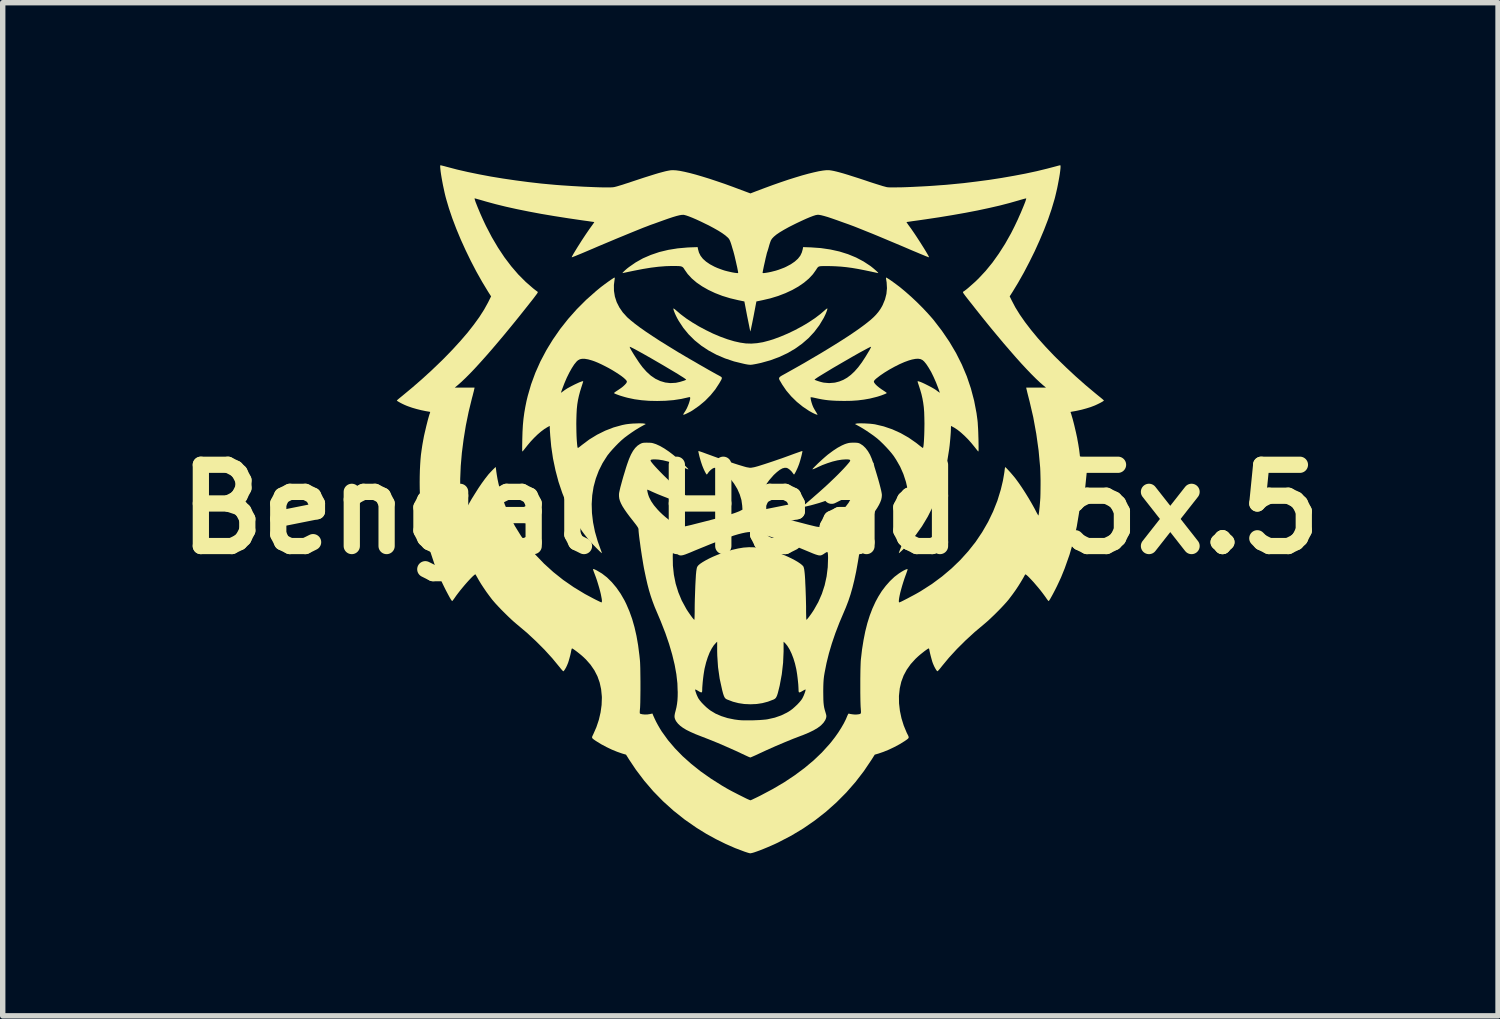
<source format=kicad_pcb>
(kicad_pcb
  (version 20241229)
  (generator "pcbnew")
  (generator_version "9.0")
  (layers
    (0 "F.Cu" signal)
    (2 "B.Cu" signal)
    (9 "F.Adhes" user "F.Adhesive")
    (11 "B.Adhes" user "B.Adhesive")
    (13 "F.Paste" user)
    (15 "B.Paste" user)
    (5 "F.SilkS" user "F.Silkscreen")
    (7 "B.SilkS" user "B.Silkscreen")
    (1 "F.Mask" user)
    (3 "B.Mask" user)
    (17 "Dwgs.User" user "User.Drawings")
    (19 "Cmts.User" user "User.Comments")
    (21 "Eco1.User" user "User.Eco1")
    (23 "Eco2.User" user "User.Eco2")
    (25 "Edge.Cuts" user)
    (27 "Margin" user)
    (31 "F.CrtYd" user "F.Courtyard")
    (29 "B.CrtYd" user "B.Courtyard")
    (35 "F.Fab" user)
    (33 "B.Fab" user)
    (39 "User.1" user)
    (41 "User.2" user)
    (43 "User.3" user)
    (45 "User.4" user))
  (footprint "Bengal Head .5x.5"
    (layer "F.Cu")
    (at 10.8 6.35)
    (property "Reference" "Bengal Head .5x.5" (at 0 0 0) (layer "F.SilkS") (effects (font (size 1.5 1.5) (thickness 0.3))))
    (attr board_only exclude_from_pos_files exclude_from_bom)
    (fp_poly (pts (xy 1.421 -3.696) (xy 1.415 -3.673) (xy 1.404 -3.642) (xy 1.389 -3.605) (xy 1.37 -3.565) (xy 1.352 -3.529) (xy 1.272 -3.396) (xy 1.179 -3.273) (xy 1.073 -3.159) (xy 0.954 -3.056) (xy 0.824 -2.963) (xy 0.683 -2.881) (xy 0.531 -2.81) (xy 0.369 -2.75) (xy 0.197 -2.702) (xy 0.119 -2.685) (xy 0.071 -2.676) (xy 0.036 -2.67) (xy 0.006 -2.667) (xy -0.022 -2.668) (xy -0.053 -2.672) (xy -0.092 -2.679) (xy -0.124 -2.686) (xy -0.301 -2.729) (xy -0.468 -2.785) (xy -0.625 -2.852) (xy -0.77 -2.93) (xy -0.905 -3.019) (xy -1.028 -3.118) (xy -1.139 -3.228) (xy -1.237 -3.347) (xy -1.322 -3.476) (xy -1.352 -3.529) (xy -1.372 -3.569) (xy -1.39 -3.608) (xy -1.405 -3.645) (xy -1.416 -3.676) (xy -1.421 -3.697) (xy -1.421 -3.707) (xy -1.413 -3.704) (xy -1.396 -3.693) (xy -1.376 -3.676) (xy -1.287 -3.6) (xy -1.185 -3.523) (xy -1.071 -3.448) (xy -0.949 -3.375) (xy -0.821 -3.307) (xy -0.69 -3.243) (xy -0.558 -3.187) (xy -0.429 -3.14) (xy -0.42 -3.137) (xy -0.3 -3.101) (xy -0.188 -3.076) (xy -0.083 -3.061) (xy 0.02 -3.058) (xy 0.124 -3.066) (xy 0.232 -3.084) (xy 0.346 -3.114) (xy 0.424 -3.138) (xy 0.556 -3.187) (xy 0.691 -3.244) (xy 0.824 -3.308) (xy 0.953 -3.377) (xy 1.077 -3.451) (xy 1.191 -3.527) (xy 1.294 -3.605) (xy 1.376 -3.676) (xy 1.397 -3.694) (xy 1.413 -3.705) (xy 1.421 -3.707)) (stroke (width 0) (type solid)) (fill yes) (layer "F.SilkS"))
    (fp_poly (pts (xy -2.503 -4.27) (xy -2.505 -4.251) (xy -2.505 -4.25) (xy -2.519 -4.14) (xy -2.518 -4.032) (xy -2.501 -3.926) (xy -2.468 -3.824) (xy -2.419 -3.727) (xy -2.356 -3.635) (xy -2.277 -3.548) (xy -2.269 -3.54) (xy -2.206 -3.485) (xy -2.129 -3.423) (xy -2.037 -3.354) (xy -1.93 -3.279) (xy -1.809 -3.198) (xy -1.674 -3.11) (xy -1.524 -3.017) (xy -1.361 -2.917) (xy -1.322 -2.893) (xy -1.26 -2.857) (xy -1.188 -2.814) (xy -1.109 -2.768) (xy -1.025 -2.72) (xy -0.94 -2.67) (xy -0.855 -2.622) (xy -0.774 -2.575) (xy -0.699 -2.533) (xy -0.633 -2.496) (xy -0.582 -2.469) (xy -0.555 -2.454) (xy -0.537 -2.442) (xy -0.528 -2.431) (xy -0.527 -2.416) (xy -0.534 -2.396) (xy -0.55 -2.367) (xy -0.573 -2.327) (xy -0.573 -2.327) (xy -0.647 -2.213) (xy -0.735 -2.105) (xy -0.835 -2.003) (xy -0.945 -1.911) (xy -1.062 -1.829) (xy -1.085 -1.815) (xy -1.126 -1.792) (xy -1.164 -1.773) (xy -1.197 -1.757) (xy -1.222 -1.748) (xy -1.237 -1.745) (xy -1.239 -1.746) (xy -1.238 -1.755) (xy -1.228 -1.771) (xy -1.224 -1.778) (xy -1.199 -1.816) (xy -1.174 -1.861) (xy -1.152 -1.911) (xy -1.133 -1.96) (xy -1.119 -2.006) (xy -1.111 -2.043) (xy -1.111 -2.054) (xy -1.113 -2.068) (xy -1.122 -2.071) (xy -1.133 -2.069) (xy -1.275 -2.037) (xy -1.418 -2.015) (xy -1.566 -2.003) (xy -1.72 -1.999) (xy -1.869 -2.002) (xy -2.008 -2.013) (xy -2.139 -2.031) (xy -2.266 -2.058) (xy -2.312 -2.07) (xy -2.353 -2.082) (xy -2.396 -2.095) (xy -2.436 -2.109) (xy -2.471 -2.122) (xy -2.498 -2.133) (xy -2.514 -2.142) (xy -2.518 -2.146) (xy -2.511 -2.152) (xy -2.494 -2.166) (xy -2.468 -2.184) (xy -2.443 -2.2) (xy -2.393 -2.234) (xy -2.35 -2.267) (xy -2.316 -2.299) (xy -2.292 -2.326) (xy -2.28 -2.349) (xy -2.279 -2.355) (xy -2.286 -2.374) (xy -2.307 -2.398) (xy -2.339 -2.427) (xy -2.381 -2.46) (xy -2.432 -2.495) (xy -2.489 -2.532) (xy -2.551 -2.57) (xy -2.616 -2.607) (xy -2.683 -2.642) (xy -2.749 -2.675) (xy -2.814 -2.705) (xy -2.875 -2.73) (xy -2.924 -2.747) (xy -2.995 -2.767) (xy -3.055 -2.777) (xy -3.105 -2.778) (xy -3.147 -2.769) (xy -3.182 -2.75) (xy -3.207 -2.728) (xy -3.252 -2.673) (xy -3.297 -2.603) (xy -3.343 -2.521) (xy -3.389 -2.428) (xy -3.433 -2.325) (xy -3.469 -2.231) (xy -3.481 -2.198) (xy -3.49 -2.172) (xy -3.496 -2.155) (xy -3.497 -2.151) (xy -3.491 -2.154) (xy -3.475 -2.165) (xy -3.451 -2.182) (xy -3.437 -2.193) (xy -3.409 -2.212) (xy -3.373 -2.235) (xy -3.331 -2.258) (xy -3.287 -2.281) (xy -3.242 -2.304) (xy -3.199 -2.324) (xy -3.16 -2.342) (xy -3.126 -2.355) (xy -3.102 -2.363) (xy -3.088 -2.364) (xy -3.086 -2.361) (xy -3.088 -2.351) (xy -3.095 -2.329) (xy -3.105 -2.297) (xy -3.117 -2.26) (xy -3.118 -2.257) (xy -3.144 -2.173) (xy -3.165 -2.094) (xy -3.182 -2.016) (xy -3.195 -1.936) (xy -3.204 -1.85) (xy -3.209 -1.756) (xy -3.212 -1.652) (xy -3.213 -1.579) (xy -3.212 -1.506) (xy -3.211 -1.434) (xy -3.209 -1.366) (xy -3.206 -1.302) (xy -3.202 -1.246) (xy -3.198 -1.199) (xy -3.194 -1.163) (xy -3.189 -1.14) (xy -3.185 -1.132) (xy -3.177 -1.135) (xy -3.159 -1.147) (xy -3.135 -1.166) (xy -3.11 -1.186) (xy -2.974 -1.288) (xy -2.83 -1.376) (xy -2.679 -1.451) (xy -2.524 -1.511) (xy -2.365 -1.555) (xy -2.3 -1.568) (xy -2.264 -1.573) (xy -2.22 -1.578) (xy -2.17 -1.582) (xy -2.118 -1.584) (xy -2.067 -1.586) (xy -2.022 -1.586) (xy -1.986 -1.585) (xy -1.961 -1.582) (xy -1.959 -1.582) (xy -1.93 -1.574) (xy -2.003 -1.534) (xy -2.061 -1.501) (xy -2.126 -1.461) (xy -2.193 -1.416) (xy -2.258 -1.37) (xy -2.316 -1.327) (xy -2.333 -1.313) (xy -2.381 -1.272) (xy -2.434 -1.222) (xy -2.489 -1.166) (xy -2.543 -1.108) (xy -2.592 -1.052) (xy -2.632 -1.002) (xy -2.643 -0.987) (xy -2.728 -0.853) (xy -2.798 -0.713) (xy -2.853 -0.567) (xy -2.894 -0.415) (xy -2.919 -0.258) (xy -2.929 -0.096) (xy -2.924 0.07) (xy -2.904 0.24) (xy -2.869 0.414) (xy -2.818 0.59) (xy -2.771 0.722) (xy -2.758 0.757) (xy -2.748 0.785) (xy -2.742 0.804) (xy -2.742 0.81) (xy -2.748 0.806) (xy -2.764 0.792) (xy -2.788 0.769) (xy -2.817 0.74) (xy -2.844 0.713) (xy -2.9 0.656) (xy -2.947 0.605) (xy -2.989 0.557) (xy -3.029 0.507) (xy -3.072 0.451) (xy -3.096 0.419) (xy -3.205 0.256) (xy -3.304 0.081) (xy -3.394 -0.105) (xy -3.472 -0.301) (xy -3.541 -0.506) (xy -3.597 -0.718) (xy -3.643 -0.937) (xy -3.676 -1.16) (xy -3.694 -1.357) (xy -3.697 -1.403) (xy -3.7 -1.445) (xy -3.702 -1.48) (xy -3.702 -1.503) (xy -3.703 -1.508) (xy -3.703 -1.539) (xy -3.751 -1.513) (xy -3.804 -1.48) (xy -3.864 -1.435) (xy -3.927 -1.381) (xy -3.991 -1.319) (xy -4.054 -1.252) (xy -4.113 -1.182) (xy -4.135 -1.154) (xy -4.159 -1.124) (xy -4.18 -1.097) (xy -4.196 -1.078) (xy -4.203 -1.069) (xy -4.206 -1.067) (xy -4.209 -1.071) (xy -4.211 -1.081) (xy -4.212 -1.099) (xy -4.212 -1.128) (xy -4.212 -1.168) (xy -4.211 -1.222) (xy -4.21 -1.29) (xy -4.21 -1.291) (xy -4.206 -1.428) (xy -4.199 -1.553) (xy -4.188 -1.669) (xy -4.173 -1.78) (xy -4.154 -1.89) (xy -4.131 -2.003) (xy -4.109 -2.093) (xy -4.047 -2.307) (xy -3.969 -2.519) (xy -3.876 -2.728) (xy -3.768 -2.932) (xy -3.728 -2.999) (xy -2.227 -2.999) (xy -2.226 -2.99) (xy -2.217 -2.969) (xy -2.2 -2.938) (xy -2.178 -2.901) (xy -2.152 -2.858) (xy -2.122 -2.811) (xy -2.091 -2.764) (xy -2.06 -2.717) (xy -2.029 -2.673) (xy -2 -2.635) (xy -1.995 -2.627) (xy -1.918 -2.54) (xy -1.838 -2.467) (xy -1.753 -2.409) (xy -1.664 -2.367) (xy -1.572 -2.34) (xy -1.478 -2.329) (xy -1.382 -2.334) (xy -1.368 -2.336) (xy -1.336 -2.343) (xy -1.3 -2.351) (xy -1.264 -2.362) (xy -1.231 -2.372) (xy -1.204 -2.382) (xy -1.188 -2.39) (xy -1.185 -2.393) (xy -1.192 -2.4) (xy -1.212 -2.415) (xy -1.243 -2.436) (xy -1.285 -2.462) (xy -1.335 -2.494) (xy -1.393 -2.529) (xy -1.457 -2.567) (xy -1.526 -2.608) (xy -1.598 -2.651) (xy -1.672 -2.694) (xy -1.746 -2.737) (xy -1.82 -2.78) (xy -1.892 -2.821) (xy -1.961 -2.86) (xy -2.024 -2.895) (xy -2.082 -2.927) (xy -2.131 -2.954) (xy -2.172 -2.975) (xy -2.203 -2.99) (xy -2.222 -2.998) (xy -2.227 -2.999) (xy -3.728 -2.999) (xy -3.646 -3.132) (xy -3.511 -3.327) (xy -3.363 -3.514) (xy -3.203 -3.694) (xy -3.031 -3.866) (xy -2.848 -4.028) (xy -2.773 -4.09) (xy -2.737 -4.118) (xy -2.697 -4.148) (xy -2.656 -4.178) (xy -2.616 -4.207) (xy -2.579 -4.233) (xy -2.547 -4.254) (xy -2.523 -4.27) (xy -2.509 -4.277) (xy -2.508 -4.277)) (stroke (width 0) (type solid)) (fill yes) (layer "F.SilkS"))
    (fp_poly (pts (xy 2.518 -4.272) (xy 2.539 -4.259) (xy 2.569 -4.24) (xy 2.605 -4.215) (xy 2.644 -4.187) (xy 2.685 -4.157) (xy 2.726 -4.126) (xy 2.763 -4.098) (xy 2.773 -4.09) (xy 2.872 -4.007) (xy 2.976 -3.915) (xy 3.08 -3.817) (xy 3.18 -3.717) (xy 3.274 -3.617) (xy 3.359 -3.521) (xy 3.38 -3.496) (xy 3.534 -3.296) (xy 3.673 -3.092) (xy 3.796 -2.884) (xy 3.903 -2.671) (xy 3.995 -2.453) (xy 4.07 -2.231) (xy 4.13 -2.004) (xy 4.174 -1.774) (xy 4.192 -1.641) (xy 4.196 -1.601) (xy 4.199 -1.548) (xy 4.203 -1.486) (xy 4.206 -1.419) (xy 4.208 -1.349) (xy 4.21 -1.291) (xy 4.211 -1.223) (xy 4.212 -1.169) (xy 4.212 -1.129) (xy 4.212 -1.1) (xy 4.211 -1.081) (xy 4.209 -1.071) (xy 4.206 -1.067) (xy 4.203 -1.069) (xy 4.203 -1.069) (xy 4.193 -1.081) (xy 4.176 -1.102) (xy 4.154 -1.13) (xy 4.135 -1.154) (xy 4.077 -1.225) (xy 4.016 -1.293) (xy 3.952 -1.357) (xy 3.888 -1.415) (xy 3.827 -1.464) (xy 3.771 -1.502) (xy 3.751 -1.513) (xy 3.703 -1.539) (xy 3.702 -1.512) (xy 3.701 -1.475) (xy 3.699 -1.426) (xy 3.695 -1.369) (xy 3.69 -1.306) (xy 3.684 -1.242) (xy 3.678 -1.181) (xy 3.671 -1.126) (xy 3.669 -1.11) (xy 3.633 -0.883) (xy 3.584 -0.662) (xy 3.523 -0.449) (xy 3.451 -0.244) (xy 3.367 -0.048) (xy 3.273 0.138) (xy 3.168 0.313) (xy 3.052 0.476) (xy 2.961 0.588) (xy 2.93 0.623) (xy 2.896 0.66) (xy 2.861 0.697) (xy 2.828 0.731) (xy 2.798 0.761) (xy 2.772 0.785) (xy 2.753 0.802) (xy 2.742 0.809) (xy 2.74 0.809) (xy 2.743 0.796) (xy 2.751 0.775) (xy 2.757 0.759) (xy 2.788 0.68) (xy 2.819 0.588) (xy 2.848 0.49) (xy 2.874 0.388) (xy 2.896 0.289) (xy 2.91 0.21) (xy 2.917 0.146) (xy 2.922 0.071) (xy 2.925 -0.01) (xy 2.925 -0.094) (xy 2.923 -0.177) (xy 2.918 -0.253) (xy 2.911 -0.32) (xy 2.906 -0.354) (xy 2.871 -0.507) (xy 2.824 -0.651) (xy 2.764 -0.787) (xy 2.69 -0.916) (xy 2.643 -0.987) (xy 2.606 -1.035) (xy 2.56 -1.089) (xy 2.507 -1.147) (xy 2.452 -1.204) (xy 2.398 -1.256) (xy 2.348 -1.301) (xy 2.333 -1.313) (xy 2.279 -1.355) (xy 2.215 -1.4) (xy 2.148 -1.446) (xy 2.082 -1.488) (xy 2.021 -1.524) (xy 2.003 -1.534) (xy 1.93 -1.574) (xy 1.959 -1.582) (xy 1.98 -1.585) (xy 2.015 -1.586) (xy 2.059 -1.586) (xy 2.108 -1.585) (xy 2.16 -1.582) (xy 2.211 -1.579) (xy 2.257 -1.574) (xy 2.294 -1.569) (xy 2.3 -1.568) (xy 2.461 -1.53) (xy 2.619 -1.476) (xy 2.772 -1.407) (xy 2.92 -1.323) (xy 3.061 -1.225) (xy 3.11 -1.186) (xy 3.139 -1.163) (xy 3.163 -1.145) (xy 3.179 -1.134) (xy 3.185 -1.132) (xy 3.19 -1.142) (xy 3.195 -1.168) (xy 3.199 -1.206) (xy 3.203 -1.255) (xy 3.206 -1.312) (xy 3.209 -1.376) (xy 3.211 -1.445) (xy 3.212 -1.518) (xy 3.213 -1.579) (xy 3.211 -1.693) (xy 3.208 -1.793) (xy 3.201 -1.883) (xy 3.19 -1.966) (xy 3.176 -2.045) (xy 3.158 -2.124) (xy 3.135 -2.204) (xy 3.118 -2.257) (xy 3.106 -2.294) (xy 3.095 -2.327) (xy 3.088 -2.35) (xy 3.086 -2.361) (xy 3.086 -2.361) (xy 3.092 -2.364) (xy 3.111 -2.36) (xy 3.14 -2.35) (xy 3.176 -2.335) (xy 3.217 -2.316) (xy 3.261 -2.294) (xy 3.306 -2.271) (xy 3.349 -2.248) (xy 3.389 -2.225) (xy 3.422 -2.204) (xy 3.437 -2.193) (xy 3.463 -2.173) (xy 3.484 -2.159) (xy 3.495 -2.151) (xy 3.497 -2.151) (xy 3.494 -2.16) (xy 3.487 -2.18) (xy 3.477 -2.209) (xy 3.469 -2.231) (xy 3.427 -2.34) (xy 3.382 -2.442) (xy 3.337 -2.534) (xy 3.29 -2.614) (xy 3.245 -2.682) (xy 3.207 -2.728) (xy 3.176 -2.755) (xy 3.14 -2.772) (xy 3.096 -2.779) (xy 3.045 -2.776) (xy 2.983 -2.764) (xy 2.924 -2.747) (xy 2.842 -2.717) (xy 2.753 -2.678) (xy 2.66 -2.631) (xy 2.566 -2.579) (xy 2.476 -2.524) (xy 2.394 -2.468) (xy 2.323 -2.413) (xy 2.322 -2.412) (xy 2.296 -2.388) (xy 2.282 -2.368) (xy 2.279 -2.355) (xy 2.286 -2.336) (xy 2.306 -2.31) (xy 2.336 -2.28) (xy 2.376 -2.247) (xy 2.423 -2.213) (xy 2.443 -2.2) (xy 2.473 -2.18) (xy 2.498 -2.163) (xy 2.513 -2.151) (xy 2.518 -2.146) (xy 2.51 -2.14) (xy 2.49 -2.13) (xy 2.46 -2.118) (xy 2.423 -2.104) (xy 2.382 -2.09) (xy 2.339 -2.077) (xy 2.312 -2.07) (xy 2.203 -2.043) (xy 2.094 -2.024) (xy 1.982 -2.01) (xy 1.863 -2.002) (xy 1.734 -2) (xy 1.659 -2.001) (xy 1.576 -2.003) (xy 1.505 -2.007) (xy 1.442 -2.012) (xy 1.383 -2.019) (xy 1.325 -2.028) (xy 1.262 -2.04) (xy 1.207 -2.052) (xy 1.171 -2.06) (xy 1.14 -2.066) (xy 1.119 -2.068) (xy 1.112 -2.068) (xy 1.111 -2.058) (xy 1.114 -2.035) (xy 1.12 -2.005) (xy 1.129 -1.971) (xy 1.14 -1.937) (xy 1.149 -1.912) (xy 1.164 -1.878) (xy 1.185 -1.84) (xy 1.206 -1.805) (xy 1.222 -1.779) (xy 1.234 -1.758) (xy 1.239 -1.747) (xy 1.239 -1.745) (xy 1.228 -1.746) (xy 1.207 -1.753) (xy 1.177 -1.766) (xy 1.141 -1.784) (xy 1.103 -1.805) (xy 1.085 -1.815) (xy 0.967 -1.894) (xy 0.856 -1.984) (xy 0.754 -2.084) (xy 0.663 -2.191) (xy 0.586 -2.304) (xy 0.573 -2.327) (xy 0.554 -2.359) (xy 0.539 -2.384) (xy 0.535 -2.393) (xy 1.185 -2.393) (xy 1.192 -2.387) (xy 1.212 -2.379) (xy 1.24 -2.369) (xy 1.274 -2.358) (xy 1.309 -2.348) (xy 1.342 -2.34) (xy 1.361 -2.337) (xy 1.452 -2.329) (xy 1.544 -2.336) (xy 1.565 -2.339) (xy 1.642 -2.359) (xy 1.716 -2.389) (xy 1.786 -2.429) (xy 1.855 -2.481) (xy 1.922 -2.544) (xy 1.99 -2.621) (xy 2.058 -2.712) (xy 2.127 -2.818) (xy 2.18 -2.906) (xy 2.2 -2.94) (xy 2.215 -2.969) (xy 2.225 -2.989) (xy 2.228 -2.999) (xy 2.227 -2.999) (xy 2.218 -2.997) (xy 2.197 -2.988) (xy 2.164 -2.971) (xy 2.121 -2.948) (xy 2.069 -2.92) (xy 2.01 -2.888) (xy 1.945 -2.851) (xy 1.876 -2.812) (xy 1.804 -2.77) (xy 1.729 -2.727) (xy 1.655 -2.684) (xy 1.581 -2.641) (xy 1.509 -2.599) (xy 1.442 -2.558) (xy 1.379 -2.52) (xy 1.323 -2.486) (xy 1.274 -2.456) (xy 1.235 -2.431) (xy 1.206 -2.411) (xy 1.189 -2.398) (xy 1.185 -2.393) (xy 0.535 -2.393) (xy 0.531 -2.404) (xy 0.529 -2.42) (xy 0.536 -2.434) (xy 0.551 -2.449) (xy 0.577 -2.466) (xy 0.615 -2.487) (xy 0.664 -2.514) (xy 0.685 -2.526) (xy 0.842 -2.614) (xy 0.997 -2.702) (xy 1.148 -2.791) (xy 1.295 -2.877) (xy 1.435 -2.962) (xy 1.568 -3.044) (xy 1.692 -3.122) (xy 1.805 -3.195) (xy 1.906 -3.263) (xy 1.986 -3.318) (xy 2.077 -3.384) (xy 2.154 -3.443) (xy 2.221 -3.497) (xy 2.277 -3.548) (xy 2.324 -3.597) (xy 2.364 -3.645) (xy 2.399 -3.694) (xy 2.429 -3.745) (xy 2.443 -3.772) (xy 2.485 -3.874) (xy 2.511 -3.976) (xy 2.521 -4.08) (xy 2.515 -4.187) (xy 2.505 -4.25) (xy 2.503 -4.27) (xy 2.507 -4.277) (xy 2.508 -4.277)) (stroke (width 0) (type solid)) (fill yes) (layer "F.SilkS"))
    (fp_poly (pts (xy 1.942 -1.229) (xy 1.971 -1.227) (xy 1.994 -1.223) (xy 2.014 -1.216) (xy 2.028 -1.209) (xy 2.077 -1.177) (xy 2.125 -1.131) (xy 2.169 -1.074) (xy 2.208 -1.007) (xy 2.24 -0.933) (xy 2.251 -0.901) (xy 2.26 -0.876) (xy 2.268 -0.86) (xy 2.273 -0.855) (xy 2.277 -0.851) (xy 2.276 -0.849) (xy 2.277 -0.839) (xy 2.282 -0.816) (xy 2.29 -0.784) (xy 2.302 -0.746) (xy 2.305 -0.736) (xy 2.334 -0.64) (xy 2.36 -0.552) (xy 2.382 -0.472) (xy 2.4 -0.403) (xy 2.414 -0.345) (xy 2.423 -0.299) (xy 2.427 -0.268) (xy 2.427 -0.261) (xy 2.424 -0.221) (xy 2.415 -0.178) (xy 2.398 -0.132) (xy 2.374 -0.082) (xy 2.341 -0.025) (xy 2.299 0.038) (xy 2.247 0.11) (xy 2.184 0.192) (xy 2.161 0.221) (xy 2.067 0.34) (xy 2.061 0.406) (xy 2.054 0.481) (xy 2.044 0.569) (xy 2.031 0.665) (xy 2.017 0.767) (xy 2.001 0.87) (xy 1.984 0.972) (xy 1.967 1.068) (xy 1.951 1.156) (xy 1.95 1.16) (xy 1.918 1.31) (xy 1.884 1.447) (xy 1.848 1.573) (xy 1.808 1.693) (xy 1.763 1.81) (xy 1.73 1.888) (xy 1.643 2.093) (xy 1.568 2.288) (xy 1.504 2.476) (xy 1.45 2.658) (xy 1.406 2.835) (xy 1.371 3.011) (xy 1.36 3.076) (xy 1.355 3.117) (xy 1.351 3.16) (xy 1.348 3.21) (xy 1.346 3.269) (xy 1.345 3.34) (xy 1.345 3.372) (xy 1.346 3.45) (xy 1.347 3.515) (xy 1.35 3.569) (xy 1.355 3.616) (xy 1.362 3.659) (xy 1.372 3.7) (xy 1.385 3.744) (xy 1.391 3.764) (xy 1.401 3.801) (xy 1.402 3.832) (xy 1.394 3.863) (xy 1.381 3.893) (xy 1.349 3.941) (xy 1.303 3.989) (xy 1.242 4.035) (xy 1.166 4.08) (xy 1.075 4.124) (xy 0.967 4.169) (xy 0.942 4.178) (xy 0.79 4.236) (xy 0.634 4.3) (xy 0.471 4.369) (xy 0.298 4.446) (xy 0.149 4.515) (xy 0.105 4.536) (xy 0.064 4.554) (xy 0.032 4.568) (xy 0.008 4.578) (xy -0.002 4.581) (xy -0.002 4.581) (xy -0.013 4.577) (xy -0.036 4.568) (xy -0.066 4.554) (xy -0.099 4.539) (xy -0.267 4.46) (xy -0.438 4.384) (xy -0.607 4.311) (xy -0.77 4.245) (xy -0.909 4.191) (xy -1.014 4.15) (xy -1.104 4.11) (xy -1.181 4.072) (xy -1.244 4.034) (xy -1.295 3.996) (xy -1.336 3.957) (xy -1.368 3.916) (xy -1.383 3.89) (xy -1.394 3.862) (xy -1.4 3.835) (xy -1.399 3.803) (xy -1.392 3.763) (xy -1.38 3.718) (xy -1.365 3.656) (xy -1.354 3.594) (xy -1.346 3.528) (xy -1.342 3.454) (xy -1.341 3.373) (xy -1.343 3.337) (xy -1.019 3.337) (xy -1.014 3.359) (xy -1.004 3.388) (xy -0.992 3.422) (xy -0.977 3.455) (xy -0.963 3.484) (xy -0.957 3.494) (xy -0.932 3.529) (xy -0.898 3.57) (xy -0.856 3.613) (xy -0.812 3.655) (xy -0.767 3.692) (xy -0.735 3.716) (xy -0.64 3.773) (xy -0.535 3.818) (xy -0.421 3.854) (xy -0.294 3.88) (xy -0.217 3.89) (xy -0.17 3.894) (xy -0.112 3.896) (xy -0.044 3.896) (xy 0.028 3.896) (xy 0.101 3.893) (xy 0.172 3.89) (xy 0.236 3.885) (xy 0.29 3.88) (xy 0.321 3.875) (xy 0.45 3.846) (xy 0.568 3.805) (xy 0.675 3.753) (xy 0.735 3.716) (xy 0.777 3.685) (xy 0.821 3.646) (xy 0.866 3.604) (xy 0.906 3.561) (xy 0.939 3.521) (xy 0.957 3.494) (xy 0.971 3.467) (xy 0.986 3.435) (xy 0.999 3.401) (xy 1.01 3.37) (xy 1.017 3.345) (xy 1.019 3.329) (xy 1.018 3.326) (xy 1.01 3.328) (xy 0.991 3.337) (xy 0.967 3.351) (xy 0.966 3.351) (xy 0.932 3.371) (xy 0.91 3.38) (xy 0.897 3.378) (xy 0.891 3.364) (xy 0.889 3.339) (xy 0.889 3.327) (xy 0.887 3.286) (xy 0.884 3.233) (xy 0.878 3.172) (xy 0.871 3.109) (xy 0.863 3.047) (xy 0.854 2.99) (xy 0.847 2.949) (xy 0.823 2.846) (xy 0.794 2.751) (xy 0.76 2.663) (xy 0.723 2.586) (xy 0.683 2.521) (xy 0.641 2.47) (xy 0.632 2.462) (xy 0.613 2.444) (xy 0.613 2.622) (xy 0.604 2.832) (xy 0.58 3.043) (xy 0.541 3.254) (xy 0.521 3.335) (xy 0.507 3.391) (xy 0.494 3.432) (xy 0.481 3.462) (xy 0.468 3.483) (xy 0.452 3.498) (xy 0.433 3.509) (xy 0.429 3.511) (xy 0.324 3.551) (xy 0.221 3.578) (xy 0.116 3.594) (xy 0.003 3.599) (xy 0 3.599) (xy -0.114 3.594) (xy -0.219 3.578) (xy -0.321 3.552) (xy -0.426 3.512) (xy -0.429 3.511) (xy -0.449 3.501) (xy -0.465 3.487) (xy -0.479 3.467) (xy -0.491 3.439) (xy -0.504 3.4) (xy -0.518 3.347) (xy -0.521 3.335) (xy -0.567 3.125) (xy -0.597 2.914) (xy -0.611 2.703) (xy -0.613 2.622) (xy -0.613 2.444) (xy -0.632 2.462) (xy -0.675 2.51) (xy -0.715 2.572) (xy -0.753 2.646) (xy -0.787 2.732) (xy -0.817 2.826) (xy -0.842 2.927) (xy -0.847 2.949) (xy -0.855 2.997) (xy -0.864 3.054) (xy -0.872 3.117) (xy -0.879 3.18) (xy -0.884 3.24) (xy -0.888 3.292) (xy -0.889 3.327) (xy -0.89 3.357) (xy -0.894 3.375) (xy -0.905 3.38) (xy -0.924 3.375) (xy -0.953 3.359) (xy -0.966 3.351) (xy -0.99 3.337) (xy -1.009 3.328) (xy -1.018 3.326) (xy -1.018 3.326) (xy -1.019 3.337) (xy -1.343 3.337) (xy -1.347 3.213) (xy -1.366 3.045) (xy -1.398 2.868) (xy -1.443 2.682) (xy -1.5 2.487) (xy -1.57 2.283) (xy -1.654 2.068) (xy -1.72 1.912) (xy -1.765 1.806) (xy -1.804 1.703) (xy -1.839 1.601) (xy -1.871 1.495) (xy -1.9 1.384) (xy -1.928 1.262) (xy -1.953 1.143) (xy -1.965 1.084) (xy -1.977 1.016) (xy -1.989 0.942) (xy -2.002 0.864) (xy -1.433 0.864) (xy -1.43 1.039) (xy -1.412 1.209) (xy -1.379 1.373) (xy -1.33 1.532) (xy -1.267 1.684) (xy -1.188 1.829) (xy -1.173 1.855) (xy -1.147 1.894) (xy -1.12 1.933) (xy -1.094 1.97) (xy -1.071 2.001) (xy -1.052 2.024) (xy -1.039 2.038) (xy -1.035 2.04) (xy -1.033 2.032) (xy -1.031 2.01) (xy -1.03 1.977) (xy -1.029 1.935) (xy -1.028 1.887) (xy -1.028 1.886) (xy -1.028 1.819) (xy -1.027 1.743) (xy -1.025 1.66) (xy -1.022 1.575) (xy -1.019 1.489) (xy -1.016 1.406) (xy -1.012 1.33) (xy -1.008 1.262) (xy -1.005 1.207) (xy -1.003 1.189) (xy -0.999 1.147) (xy -0.993 1.108) (xy -0.987 1.078) (xy -0.981 1.062) (xy -0.963 1.037) (xy -0.93 1.008) (xy -0.884 0.977) (xy -0.828 0.944) (xy -0.764 0.91) (xy -0.692 0.876) (xy -0.614 0.843) (xy -0.533 0.812) (xy -0.45 0.783) (xy -0.367 0.758) (xy -0.337 0.749) (xy -0.229 0.724) (xy -0.127 0.707) (xy -0.027 0.7) (xy 0.071 0.702) (xy 0.172 0.713) (xy 0.277 0.733) (xy 0.39 0.764) (xy 0.513 0.804) (xy 0.534 0.811) (xy 0.61 0.84) (xy 0.684 0.872) (xy 0.754 0.905) (xy 0.817 0.938) (xy 0.874 0.971) (xy 0.92 1.002) (xy 0.956 1.031) (xy 0.978 1.056) (xy 0.981 1.062) (xy 0.987 1.082) (xy 0.994 1.113) (xy 0.999 1.152) (xy 1.003 1.189) (xy 1.007 1.238) (xy 1.011 1.301) (xy 1.014 1.374) (xy 1.018 1.455) (xy 1.021 1.539) (xy 1.024 1.625) (xy 1.026 1.709) (xy 1.028 1.789) (xy 1.028 1.86) (xy 1.028 1.886) (xy 1.029 1.934) (xy 1.03 1.976) (xy 1.031 2.01) (xy 1.033 2.032) (xy 1.035 2.04) (xy 1.035 2.04) (xy 1.044 2.033) (xy 1.059 2.015) (xy 1.08 1.989) (xy 1.105 1.955) (xy 1.132 1.917) (xy 1.158 1.878) (xy 1.173 1.855) (xy 1.254 1.711) (xy 1.32 1.56) (xy 1.371 1.403) (xy 1.407 1.239) (xy 1.428 1.07) (xy 1.434 0.896) (xy 1.433 0.864) (xy 1.431 0.825) (xy 1.428 0.8) (xy 1.42 0.79) (xy 1.406 0.791) (xy 1.385 0.804) (xy 1.369 0.814) (xy 1.346 0.83) (xy 1.326 0.841) (xy 1.307 0.849) (xy 1.288 0.852) (xy 1.265 0.851) (xy 1.236 0.844) (xy 1.201 0.833) (xy 1.156 0.816) (xy 1.101 0.793) (xy 1.036 0.766) (xy 0.882 0.702) (xy 0.742 0.646) (xy 0.615 0.596) (xy 0.5 0.553) (xy 0.398 0.516) (xy 0.308 0.486) (xy 0.227 0.461) (xy 0.157 0.443) (xy 0.097 0.43) (xy 0.045 0.422) (xy 0.001 0.419) (xy 0 0.419) (xy -0.044 0.422) (xy -0.096 0.43) (xy -0.156 0.443) (xy -0.226 0.461) (xy -0.306 0.485) (xy -0.397 0.516) (xy -0.499 0.552) (xy -0.613 0.595) (xy -0.74 0.645) (xy -0.88 0.702) (xy -1.034 0.765) (xy -1.036 0.766) (xy -1.104 0.795) (xy -1.159 0.817) (xy -1.203 0.834) (xy -1.238 0.845) (xy -1.266 0.851) (xy -1.289 0.852) (xy -1.309 0.849) (xy -1.327 0.841) (xy -1.347 0.829) (xy -1.369 0.814) (xy -1.395 0.797) (xy -1.413 0.789) (xy -1.424 0.793) (xy -1.43 0.809) (xy -1.432 0.84) (xy -1.433 0.864) (xy -2.002 0.864) (xy -2.002 0.864) (xy -2.014 0.784) (xy -2.026 0.705) (xy -2.036 0.628) (xy -2.046 0.557) (xy -2.054 0.493) (xy -2.06 0.438) (xy -2.064 0.395) (xy -2.065 0.367) (xy -2.068 0.354) (xy -2.075 0.338) (xy -2.089 0.316) (xy -2.111 0.285) (xy -2.142 0.245) (xy -2.16 0.222) (xy -2.226 0.138) (xy -2.281 0.064) (xy -2.326 -0.001) (xy -2.362 -0.058) (xy -2.389 -0.11) (xy -2.408 -0.156) (xy -2.42 -0.199) (xy -2.425 -0.241) (xy -2.425 -0.281) (xy -2.425 -0.283) (xy -2.421 -0.311) (xy -2.412 -0.352) (xy -2.4 -0.405) (xy -2.383 -0.467) (xy -2.364 -0.537) (xy -2.343 -0.611) (xy -2.319 -0.689) (xy -2.295 -0.769) (xy -2.275 -0.83) (xy -2.24 -0.928) (xy -2.204 -1.01) (xy -2.166 -1.078) (xy -2.126 -1.132) (xy -2.082 -1.175) (xy -2.035 -1.206) (xy -2.028 -1.209) (xy -2.007 -1.219) (xy -1.987 -1.225) (xy -1.963 -1.228) (xy -1.93 -1.229) (xy -1.901 -1.229) (xy -1.858 -1.228) (xy -1.826 -1.226) (xy -1.798 -1.22) (xy -1.767 -1.21) (xy -1.742 -1.202) (xy -1.67 -1.169) (xy -1.591 -1.124) (xy -1.505 -1.066) (xy -1.439 -1.016) (xy -1.409 -0.992) (xy -1.374 -0.962) (xy -1.336 -0.928) (xy -1.297 -0.893) (xy -1.259 -0.857) (xy -1.224 -0.823) (xy -1.192 -0.792) (xy -1.168 -0.767) (xy -1.151 -0.748) (xy -1.144 -0.738) (xy -1.145 -0.737) (xy -1.153 -0.738) (xy -1.174 -0.746) (xy -1.204 -0.759) (xy -1.24 -0.775) (xy -1.251 -0.781) (xy -1.342 -0.82) (xy -1.434 -0.855) (xy -1.526 -0.883) (xy -1.613 -0.904) (xy -1.694 -0.917) (xy -1.761 -0.921) (xy -1.8 -0.92) (xy -1.825 -0.917) (xy -1.839 -0.91) (xy -1.843 -0.901) (xy -1.843 -0.9) (xy -1.837 -0.886) (xy -1.82 -0.862) (xy -1.793 -0.829) (xy -1.757 -0.788) (xy -1.713 -0.741) (xy -1.663 -0.689) (xy -1.607 -0.632) (xy -1.546 -0.573) (xy -1.483 -0.512) (xy -1.417 -0.45) (xy -1.35 -0.389) (xy -1.292 -0.337) (xy -1.252 -0.302) (xy -1.209 -0.264) (xy -1.164 -0.224) (xy -1.119 -0.185) (xy -1.077 -0.148) (xy -1.038 -0.115) (xy -1.005 -0.087) (xy -0.981 -0.066) (xy -0.966 -0.054) (xy -0.963 -0.052) (xy -0.964 -0.045) (xy -0.965 -0.044) (xy -0.976 -0.043) (xy -1 -0.047) (xy -1.035 -0.054) (xy -1.079 -0.064) (xy -1.129 -0.077) (xy -1.183 -0.092) (xy -1.24 -0.108) (xy -1.295 -0.125) (xy -1.341 -0.14) (xy -1.429 -0.17) (xy -1.523 -0.205) (xy -1.618 -0.242) (xy -1.71 -0.279) (xy -1.793 -0.315) (xy -1.822 -0.328) (xy -1.853 -0.343) (xy -1.88 -0.354) (xy -1.896 -0.361) (xy -1.901 -0.362) (xy -1.904 -0.355) (xy -1.902 -0.336) (xy -1.896 -0.308) (xy -1.888 -0.277) (xy -1.877 -0.244) (xy -1.868 -0.221) (xy -1.832 -0.15) (xy -1.781 -0.075) (xy -1.715 0.003) (xy -1.67 0.05) (xy -1.62 0.098) (xy -1.566 0.145) (xy -1.51 0.19) (xy -1.455 0.231) (xy -1.402 0.267) (xy -1.355 0.296) (xy -1.314 0.316) (xy -1.283 0.326) (xy -1.282 0.326) (xy -1.268 0.326) (xy -1.242 0.322) (xy -1.205 0.315) (xy -1.155 0.304) (xy -1.091 0.289) (xy -1.013 0.269) (xy -0.958 0.255) (xy -0.82 0.22) (xy -0.697 0.188) (xy -0.589 0.159) (xy -0.495 0.132) (xy -0.413 0.108) (xy -0.344 0.087) (xy -0.286 0.068) (xy -0.239 0.05) (xy -0.201 0.035) (xy -0.186 0.027) (xy -0.146 0.007) (xy -0.151 -0.069) (xy -0.165 -0.17) (xy -0.196 -0.273) (xy -0.241 -0.375) (xy -0.301 -0.474) (xy -0.376 -0.571) (xy -0.418 -0.618) (xy -0.479 -0.678) (xy -0.534 -0.722) (xy -0.583 -0.751) (xy -0.627 -0.765) (xy -0.666 -0.765) (xy -0.671 -0.764) (xy -0.701 -0.75) (xy -0.733 -0.725) (xy -0.763 -0.695) (xy -0.782 -0.67) (xy -0.794 -0.652) (xy -0.804 -0.642) (xy -0.805 -0.642) (xy -0.813 -0.649) (xy -0.825 -0.668) (xy -0.841 -0.698) (xy -0.858 -0.733) (xy -0.875 -0.773) (xy -0.891 -0.813) (xy -0.891 -0.814) (xy -0.903 -0.849) (xy -0.916 -0.889) (xy -0.928 -0.932) (xy -0.94 -0.974) (xy -0.949 -1.013) (xy -0.956 -1.044) (xy -0.96 -1.066) (xy -0.96 -1.075) (xy -0.951 -1.074) (xy -0.929 -1.067) (xy -0.896 -1.056) (xy -0.854 -1.041) (xy -0.806 -1.023) (xy -0.764 -1.008) (xy -0.688 -0.98) (xy -0.608 -0.951) (xy -0.527 -0.922) (xy -0.445 -0.894) (xy -0.366 -0.868) (xy -0.291 -0.843) (xy -0.223 -0.821) (xy -0.163 -0.803) (xy -0.113 -0.788) (xy -0.077 -0.778) (xy -0.068 -0.776) (xy -0.033 -0.77) (xy -0.008 -0.766) (xy 0.016 -0.767) (xy 0.044 -0.772) (xy 0.068 -0.776) (xy 0.1 -0.784) (xy 0.146 -0.797) (xy 0.203 -0.815) (xy 0.269 -0.836) (xy 0.342 -0.86) (xy 0.42 -0.886) (xy 0.501 -0.914) (xy 0.583 -0.942) (xy 0.663 -0.971) (xy 0.74 -0.999) (xy 0.764 -1.008) (xy 0.816 -1.027) (xy 0.864 -1.044) (xy 0.904 -1.058) (xy 0.935 -1.069) (xy 0.954 -1.074) (xy 0.96 -1.075) (xy 0.96 -1.066) (xy 0.956 -1.044) (xy 0.949 -1.012) (xy 0.94 -0.975) (xy 0.929 -0.935) (xy 0.918 -0.895) (xy 0.907 -0.859) (xy 0.899 -0.835) (xy 0.886 -0.801) (xy 0.871 -0.764) (xy 0.854 -0.727) (xy 0.838 -0.694) (xy 0.823 -0.666) (xy 0.812 -0.648) (xy 0.806 -0.642) (xy 0.798 -0.648) (xy 0.786 -0.664) (xy 0.782 -0.67) (xy 0.757 -0.702) (xy 0.726 -0.731) (xy 0.694 -0.754) (xy 0.671 -0.764) (xy 0.634 -0.766) (xy 0.591 -0.755) (xy 0.543 -0.728) (xy 0.49 -0.687) (xy 0.43 -0.632) (xy 0.427 -0.628) (xy 0.348 -0.538) (xy 0.281 -0.444) (xy 0.227 -0.345) (xy 0.186 -0.245) (xy 0.16 -0.145) (xy 0.15 -0.068) (xy 0.146 0.008) (xy 0.208 0.037) (xy 0.25 0.054) (xy 0.308 0.075) (xy 0.38 0.098) (xy 0.468 0.125) (xy 0.572 0.154) (xy 0.691 0.186) (xy 0.81 0.217) (xy 0.907 0.242) (xy 0.988 0.263) (xy 1.056 0.281) (xy 1.113 0.295) (xy 1.158 0.306) (xy 1.195 0.315) (xy 1.223 0.321) (xy 1.245 0.324) (xy 1.261 0.326) (xy 1.273 0.327) (xy 1.283 0.326) (xy 1.291 0.324) (xy 1.298 0.321) (xy 1.344 0.301) (xy 1.399 0.269) (xy 1.459 0.229) (xy 1.522 0.182) (xy 1.585 0.13) (xy 1.646 0.074) (xy 1.67 0.05) (xy 1.749 -0.036) (xy 1.812 -0.119) (xy 1.858 -0.199) (xy 1.889 -0.277) (xy 1.899 -0.319) (xy 1.902 -0.336) (xy 1.904 -0.348) (xy 1.903 -0.355) (xy 1.896 -0.357) (xy 1.882 -0.354) (xy 1.86 -0.346) (xy 1.826 -0.331) (xy 1.781 -0.311) (xy 1.757 -0.3) (xy 1.655 -0.257) (xy 1.548 -0.214) (xy 1.442 -0.175) (xy 1.342 -0.14) (xy 1.271 -0.117) (xy 1.219 -0.102) (xy 1.166 -0.087) (xy 1.115 -0.073) (xy 1.067 -0.062) (xy 1.026 -0.052) (xy 0.993 -0.046) (xy 0.972 -0.043) (xy 0.965 -0.044) (xy 0.963 -0.051) (xy 0.963 -0.052) (xy 0.975 -0.061) (xy 0.996 -0.079) (xy 1.026 -0.105) (xy 1.063 -0.137) (xy 1.105 -0.173) (xy 1.149 -0.211) (xy 1.194 -0.251) (xy 1.238 -0.289) (xy 1.279 -0.325) (xy 1.292 -0.337) (xy 1.359 -0.397) (xy 1.426 -0.458) (xy 1.491 -0.52) (xy 1.555 -0.581) (xy 1.615 -0.64) (xy 1.67 -0.696) (xy 1.72 -0.748) (xy 1.762 -0.794) (xy 1.797 -0.834) (xy 1.823 -0.865) (xy 1.839 -0.888) (xy 1.843 -0.9) (xy 1.839 -0.91) (xy 1.826 -0.917) (xy 1.801 -0.92) (xy 1.762 -0.921) (xy 1.761 -0.921) (xy 1.688 -0.916) (xy 1.606 -0.903) (xy 1.516 -0.881) (xy 1.423 -0.851) (xy 1.329 -0.816) (xy 1.251 -0.781) (xy 1.214 -0.763) (xy 1.182 -0.749) (xy 1.158 -0.74) (xy 1.146 -0.737) (xy 1.145 -0.737) (xy 1.148 -0.744) (xy 1.162 -0.761) (xy 1.185 -0.785) (xy 1.215 -0.814) (xy 1.249 -0.848) (xy 1.287 -0.883) (xy 1.326 -0.919) (xy 1.364 -0.953) (xy 1.4 -0.984) (xy 1.432 -1.011) (xy 1.439 -1.016) (xy 1.528 -1.082) (xy 1.612 -1.137) (xy 1.69 -1.179) (xy 1.742 -1.202) (xy 1.778 -1.214) (xy 1.808 -1.222) (xy 1.837 -1.227) (xy 1.872 -1.229) (xy 1.901 -1.229)) (stroke (width 0) (type solid)) (fill yes) (layer "F.SilkS"))
    (fp_poly (pts (xy 5.724 -6.342) (xy 5.725 -6.32) (xy 5.723 -6.286) (xy 5.718 -6.241) (xy 5.711 -6.188) (xy 5.701 -6.127) (xy 5.689 -6.062) (xy 5.676 -5.993) (xy 5.662 -5.923) (xy 5.646 -5.854) (xy 5.63 -5.786) (xy 5.614 -5.723) (xy 5.611 -5.714) (xy 5.558 -5.536) (xy 5.494 -5.349) (xy 5.42 -5.157) (xy 5.337 -4.96) (xy 5.247 -4.761) (xy 5.149 -4.563) (xy 5.047 -4.368) (xy 4.94 -4.179) (xy 4.841 -4.016) (xy 4.786 -3.93) (xy 4.823 -3.855) (xy 4.89 -3.727) (xy 4.973 -3.593) (xy 5.07 -3.454) (xy 5.182 -3.308) (xy 5.307 -3.157) (xy 5.447 -3.001) (xy 5.6 -2.84) (xy 5.652 -2.788) (xy 5.824 -2.621) (xy 6.002 -2.455) (xy 6.183 -2.295) (xy 6.363 -2.144) (xy 6.424 -2.094) (xy 6.459 -2.066) (xy 6.488 -2.042) (xy 6.51 -2.023) (xy 6.523 -2.011) (xy 6.525 -2.008) (xy 6.518 -2) (xy 6.499 -1.987) (xy 6.471 -1.971) (xy 6.436 -1.953) (xy 6.399 -1.935) (xy 6.362 -1.918) (xy 6.35 -1.913) (xy 6.279 -1.886) (xy 6.198 -1.861) (xy 6.114 -1.838) (xy 6.033 -1.82) (xy 5.998 -1.813) (xy 5.963 -1.807) (xy 5.934 -1.802) (xy 5.915 -1.798) (xy 5.91 -1.797) (xy 5.911 -1.789) (xy 5.917 -1.771) (xy 5.924 -1.75) (xy 5.934 -1.715) (xy 5.948 -1.668) (xy 5.963 -1.611) (xy 5.979 -1.548) (xy 5.994 -1.484) (xy 6.009 -1.42) (xy 6.022 -1.36) (xy 6.033 -1.309) (xy 6.034 -1.3) (xy 6.053 -1.196) (xy 6.068 -1.102) (xy 6.079 -1.013) (xy 6.088 -0.925) (xy 6.095 -0.834) (xy 6.099 -0.735) (xy 6.102 -0.624) (xy 6.103 -0.609) (xy 6.104 -0.482) (xy 6.103 -0.367) (xy 6.099 -0.259) (xy 6.091 -0.154) (xy 6.08 -0.046) (xy 6.068 0.056) (xy 6.024 0.32) (xy 5.965 0.582) (xy 5.89 0.84) (xy 5.801 1.092) (xy 5.734 1.257) (xy 5.71 1.309) (xy 5.684 1.365) (xy 5.657 1.422) (xy 5.629 1.478) (xy 5.601 1.532) (xy 5.575 1.581) (xy 5.551 1.624) (xy 5.532 1.658) (xy 5.516 1.682) (xy 5.507 1.694) (xy 5.505 1.694) (xy 5.497 1.688) (xy 5.483 1.671) (xy 5.465 1.646) (xy 5.455 1.631) (xy 5.424 1.588) (xy 5.389 1.541) (xy 5.351 1.492) (xy 5.31 1.442) (xy 5.268 1.393) (xy 5.228 1.346) (xy 5.189 1.304) (xy 5.153 1.266) (xy 5.123 1.236) (xy 5.098 1.214) (xy 5.081 1.203) (xy 5.073 1.202) (xy 5.068 1.21) (xy 5.057 1.229) (xy 5.042 1.257) (xy 5.027 1.283) (xy 4.989 1.347) (xy 4.944 1.419) (xy 4.894 1.494) (xy 4.841 1.568) (xy 4.789 1.637) (xy 4.767 1.666) (xy 4.729 1.711) (xy 4.681 1.764) (xy 4.626 1.823) (xy 4.566 1.884) (xy 4.505 1.945) (xy 4.444 2.003) (xy 4.388 2.056) (xy 4.337 2.1) (xy 4.316 2.118) (xy 4.139 2.267) (xy 3.97 2.422) (xy 3.812 2.579) (xy 3.666 2.738) (xy 3.535 2.896) (xy 3.526 2.908) (xy 3.501 2.939) (xy 3.479 2.965) (xy 3.463 2.982) (xy 3.453 2.99) (xy 3.453 2.99) (xy 3.443 2.983) (xy 3.429 2.964) (xy 3.412 2.936) (xy 3.394 2.902) (xy 3.378 2.866) (xy 3.37 2.847) (xy 3.357 2.811) (xy 3.344 2.765) (xy 3.33 2.713) (xy 3.317 2.661) (xy 3.307 2.615) (xy 3.304 2.597) (xy 3.299 2.577) (xy 3.293 2.568) (xy 3.291 2.568) (xy 3.273 2.577) (xy 3.245 2.596) (xy 3.211 2.621) (xy 3.173 2.651) (xy 3.133 2.683) (xy 3.095 2.716) (xy 3.062 2.747) (xy 3.048 2.76) (xy 2.959 2.858) (xy 2.886 2.961) (xy 2.828 3.069) (xy 2.785 3.184) (xy 2.757 3.306) (xy 2.743 3.436) (xy 2.742 3.451) (xy 2.744 3.584) (xy 2.76 3.721) (xy 2.789 3.858) (xy 2.831 3.993) (xy 2.885 4.123) (xy 2.898 4.149) (xy 2.912 4.176) (xy 2.92 4.197) (xy 2.922 4.212) (xy 2.916 4.226) (xy 2.901 4.241) (xy 2.875 4.26) (xy 2.838 4.285) (xy 2.831 4.289) (xy 2.748 4.34) (xy 2.654 4.39) (xy 2.555 4.437) (xy 2.457 4.477) (xy 2.367 4.508) (xy 2.295 4.529) (xy 2.24 4.617) (xy 2.096 4.831) (xy 1.939 5.035) (xy 1.77 5.228) (xy 1.589 5.41) (xy 1.396 5.582) (xy 1.193 5.741) (xy 0.979 5.889) (xy 0.755 6.024) (xy 0.522 6.145) (xy 0.515 6.149) (xy 0.447 6.181) (xy 0.377 6.212) (xy 0.307 6.242) (xy 0.239 6.27) (xy 0.176 6.295) (xy 0.118 6.316) (xy 0.069 6.333) (xy 0.03 6.344) (xy 0.003 6.349) (xy -0.003 6.35) (xy -0.017 6.347) (xy -0.044 6.34) (xy -0.078 6.329) (xy -0.111 6.318) (xy -0.283 6.253) (xy -0.46 6.175) (xy -0.638 6.087) (xy -0.814 5.99) (xy -0.984 5.885) (xy -0.998 5.876) (xy -1.215 5.725) (xy -1.419 5.563) (xy -1.612 5.389) (xy -1.792 5.205) (xy -1.96 5.009) (xy -2.115 4.804) (xy -2.24 4.617) (xy -2.295 4.529) (xy -2.367 4.508) (xy -2.459 4.476) (xy -2.557 4.436) (xy -2.655 4.389) (xy -2.749 4.339) (xy -2.831 4.289) (xy -2.871 4.263) (xy -2.898 4.243) (xy -2.915 4.228) (xy -2.922 4.214) (xy -2.921 4.199) (xy -2.913 4.18) (xy -2.9 4.153) (xy -2.898 4.149) (xy -2.842 4.021) (xy -2.797 3.887) (xy -2.765 3.749) (xy -2.746 3.612) (xy -2.741 3.478) (xy -2.742 3.451) (xy -2.755 3.32) (xy -2.782 3.197) (xy -2.823 3.082) (xy -2.879 2.973) (xy -2.95 2.869) (xy -3.037 2.77) (xy -3.048 2.76) (xy -3.079 2.73) (xy -3.115 2.698) (xy -3.155 2.665) (xy -3.194 2.634) (xy -3.23 2.607) (xy -3.261 2.585) (xy -3.284 2.571) (xy -3.291 2.568) (xy -3.297 2.573) (xy -3.302 2.59) (xy -3.304 2.597) (xy -3.312 2.638) (xy -3.323 2.688) (xy -3.337 2.741) (xy -3.351 2.791) (xy -3.364 2.832) (xy -3.37 2.847) (xy -3.385 2.883) (xy -3.402 2.919) (xy -3.42 2.95) (xy -3.436 2.974) (xy -3.448 2.988) (xy -3.453 2.99) (xy -3.461 2.984) (xy -3.477 2.967) (xy -3.499 2.942) (xy -3.523 2.911) (xy -3.526 2.908) (xy -3.657 2.749) (xy -3.801 2.591) (xy -3.959 2.433) (xy -4.126 2.278) (xy -4.303 2.129) (xy -4.316 2.118) (xy -4.362 2.079) (xy -4.416 2.03) (xy -4.475 1.974) (xy -4.536 1.914) (xy -4.597 1.853) (xy -4.655 1.792) (xy -4.707 1.736) (xy -4.75 1.686) (xy -4.767 1.666) (xy -4.817 1.6) (xy -4.87 1.528) (xy -4.922 1.452) (xy -4.97 1.379) (xy -5.011 1.311) (xy -5.027 1.283) (xy -5.045 1.251) (xy -5.06 1.225) (xy -5.07 1.207) (xy -5.073 1.202) (xy -5.083 1.203) (xy -5.1 1.216) (xy -5.126 1.239) (xy -5.157 1.27) (xy -5.193 1.308) (xy -5.232 1.351) (xy -5.273 1.398) (xy -5.314 1.447) (xy -5.355 1.497) (xy -5.393 1.546) (xy -5.428 1.592) (xy -5.455 1.631) (xy -5.474 1.658) (xy -5.491 1.68) (xy -5.502 1.693) (xy -5.505 1.694) (xy -5.512 1.687) (xy -5.526 1.667) (xy -5.545 1.636) (xy -5.567 1.596) (xy -5.592 1.549) (xy -5.62 1.496) (xy -5.648 1.44) (xy -5.676 1.383) (xy -5.702 1.327) (xy -5.727 1.273) (xy -5.734 1.257) (xy -5.832 1.01) (xy -5.916 0.756) (xy -5.986 0.496) (xy -6.04 0.233) (xy -6.068 0.056) (xy -6.082 -0.058) (xy -6.092 -0.166) (xy -6.099 -0.271) (xy -6.103 -0.38) (xy -6.104 -0.496) (xy -6.103 -0.609) (xy -6.1 -0.721) (xy -6.095 -0.821) (xy -6.089 -0.914) (xy -6.081 -1.002) (xy -6.069 -1.09) (xy -6.055 -1.184) (xy -6.037 -1.285) (xy -6.034 -1.3) (xy -6.025 -1.349) (xy -6.012 -1.407) (xy -5.997 -1.47) (xy -5.982 -1.535) (xy -5.966 -1.598) (xy -5.951 -1.657) (xy -5.937 -1.706) (xy -5.926 -1.744) (xy -5.924 -1.75) (xy -5.915 -1.774) (xy -5.911 -1.792) (xy -5.91 -1.797) (xy -5.918 -1.799) (xy -5.939 -1.803) (xy -5.97 -1.808) (xy -5.998 -1.813) (xy -6.075 -1.829) (xy -6.159 -1.85) (xy -6.242 -1.874) (xy -6.319 -1.901) (xy -6.35 -1.913) (xy -6.387 -1.929) (xy -6.425 -1.947) (xy -6.46 -1.965) (xy -6.49 -1.982) (xy -6.513 -1.996) (xy -6.524 -2.006) (xy -6.525 -2.008) (xy -6.519 -2.015) (xy -6.502 -2.03) (xy -6.477 -2.051) (xy -6.445 -2.077) (xy -6.424 -2.094) (xy -6.247 -2.241) (xy -6.241 -2.246) (xy -5.456 -2.246) (xy -5.274 -2.246) (xy -5.091 -2.246) (xy -5.095 -2.223) (xy -5.099 -2.208) (xy -5.105 -2.18) (xy -5.115 -2.142) (xy -5.126 -2.097) (xy -5.138 -2.054) (xy -5.2 -1.8) (xy -5.252 -1.545) (xy -5.293 -1.292) (xy -5.325 -1.043) (xy -5.346 -0.798) (xy -5.356 -0.559) (xy -5.356 -0.328) (xy -5.344 -0.107) (xy -5.331 0.031) (xy -5.326 0.065) (xy -5.322 0.092) (xy -5.317 0.108) (xy -5.315 0.111) (xy -5.309 0.102) (xy -5.297 0.082) (xy -5.281 0.053) (xy -5.262 0.018) (xy -5.258 0.012) (xy -5.202 -0.09) (xy -5.143 -0.193) (xy -5.08 -0.294) (xy -5.018 -0.392) (xy -4.956 -0.483) (xy -4.897 -0.564) (xy -4.842 -0.634) (xy -4.836 -0.642) (xy -4.818 -0.662) (xy -4.795 -0.687) (xy -4.77 -0.713) (xy -4.746 -0.738) (xy -4.724 -0.759) (xy -4.709 -0.774) (xy -4.702 -0.779) (xy -4.701 -0.779) (xy -4.699 -0.77) (xy -4.696 -0.749) (xy -4.692 -0.719) (xy -4.69 -0.699) (xy -4.68 -0.633) (xy -4.667 -0.557) (xy -4.65 -0.477) (xy -4.631 -0.397) (xy -4.611 -0.322) (xy -4.604 -0.297) (xy -4.533 -0.088) (xy -4.447 0.113) (xy -4.347 0.308) (xy -4.232 0.494) (xy -4.104 0.673) (xy -3.962 0.844) (xy -3.806 1.006) (xy -3.637 1.159) (xy -3.456 1.303) (xy -3.261 1.438) (xy -3.055 1.563) (xy -2.892 1.65) (xy -2.849 1.672) (xy -2.81 1.691) (xy -2.779 1.706) (xy -2.757 1.716) (xy -2.748 1.719) (xy -2.742 1.712) (xy -2.74 1.69) (xy -2.743 1.657) (xy -2.751 1.614) (xy -2.761 1.563) (xy -2.775 1.506) (xy -2.792 1.444) (xy -2.811 1.38) (xy -2.831 1.315) (xy -2.853 1.251) (xy -2.867 1.214) (xy -2.881 1.177) (xy -2.893 1.145) (xy -2.901 1.121) (xy -2.904 1.11) (xy -2.905 1.109) (xy -2.901 1.103) (xy -2.888 1.104) (xy -2.865 1.114) (xy -2.836 1.128) (xy -2.739 1.186) (xy -2.646 1.258) (xy -2.557 1.346) (xy -2.473 1.446) (xy -2.395 1.558) (xy -2.324 1.681) (xy -2.291 1.748) (xy -2.233 1.883) (xy -2.182 2.025) (xy -2.139 2.176) (xy -2.102 2.338) (xy -2.072 2.511) (xy -2.048 2.698) (xy -2.039 2.784) (xy -2.036 2.822) (xy -2.034 2.873) (xy -2.032 2.936) (xy -2.031 3.009) (xy -2.03 3.088) (xy -2.029 3.171) (xy -2.029 3.256) (xy -2.029 3.34) (xy -2.03 3.422) (xy -2.031 3.497) (xy -2.032 3.565) (xy -2.034 3.623) (xy -2.036 3.668) (xy -2.038 3.684) (xy -2.041 3.722) (xy -2.042 3.747) (xy -2.041 3.762) (xy -2.038 3.77) (xy -2.031 3.774) (xy -2.027 3.776) (xy -1.992 3.784) (xy -1.948 3.788) (xy -1.901 3.787) (xy -1.861 3.781) (xy -1.808 3.77) (xy -1.791 3.812) (xy -1.768 3.863) (xy -1.739 3.923) (xy -1.705 3.986) (xy -1.669 4.048) (xy -1.635 4.103) (xy -1.631 4.108) (xy -1.52 4.262) (xy -1.393 4.411) (xy -1.251 4.557) (xy -1.093 4.698) (xy -0.92 4.836) (xy -0.73 4.97) (xy -0.525 5.1) (xy -0.448 5.145) (xy -0.415 5.164) (xy -0.373 5.187) (xy -0.326 5.212) (xy -0.275 5.238) (xy -0.223 5.265) (xy -0.171 5.291) (xy -0.123 5.315) (xy -0.079 5.337) (xy -0.043 5.354) (xy -0.016 5.365) (xy -0.002 5.371) (xy 0 5.371) (xy 0.011 5.368) (xy 0.034 5.358) (xy 0.067 5.342) (xy 0.109 5.322) (xy 0.156 5.299) (xy 0.19 5.282) (xy 0.416 5.162) (xy 0.626 5.038) (xy 0.821 4.908) (xy 1.001 4.774) (xy 1.167 4.635) (xy 1.319 4.49) (xy 1.456 4.339) (xy 1.496 4.291) (xy 1.561 4.207) (xy 1.622 4.121) (xy 1.677 4.034) (xy 1.725 3.951) (xy 1.764 3.873) (xy 1.782 3.829) (xy 1.796 3.797) (xy 1.807 3.777) (xy 1.815 3.771) (xy 1.816 3.771) (xy 1.844 3.778) (xy 1.882 3.784) (xy 1.922 3.788) (xy 1.958 3.788) (xy 1.97 3.787) (xy 2.003 3.783) (xy 2.024 3.778) (xy 2.036 3.769) (xy 2.041 3.753) (xy 2.041 3.727) (xy 2.038 3.688) (xy 2.038 3.684) (xy 2.035 3.647) (xy 2.033 3.596) (xy 2.031 3.533) (xy 2.03 3.462) (xy 2.029 3.384) (xy 2.029 3.301) (xy 2.029 3.217) (xy 2.029 3.133) (xy 2.03 3.052) (xy 2.031 2.976) (xy 2.033 2.908) (xy 2.035 2.849) (xy 2.037 2.803) (xy 2.039 2.776) (xy 2.061 2.587) (xy 2.089 2.413) (xy 2.121 2.252) (xy 2.159 2.102) (xy 2.203 1.962) (xy 2.253 1.831) (xy 2.31 1.707) (xy 2.362 1.611) (xy 2.426 1.509) (xy 2.499 1.413) (xy 2.577 1.325) (xy 2.658 1.248) (xy 2.741 1.185) (xy 2.747 1.181) (xy 2.792 1.152) (xy 2.832 1.129) (xy 2.865 1.113) (xy 2.889 1.105) (xy 2.901 1.105) (xy 2.902 1.105) (xy 2.901 1.114) (xy 2.895 1.135) (xy 2.884 1.166) (xy 2.871 1.204) (xy 2.865 1.219) (xy 2.842 1.283) (xy 2.821 1.348) (xy 2.801 1.413) (xy 2.783 1.477) (xy 2.767 1.537) (xy 2.755 1.591) (xy 2.746 1.638) (xy 2.741 1.676) (xy 2.74 1.703) (xy 2.744 1.717) (xy 2.748 1.719) (xy 2.759 1.715) (xy 2.783 1.705) (xy 2.817 1.688) (xy 2.858 1.667) (xy 2.905 1.643) (xy 2.955 1.616) (xy 3.006 1.589) (xy 3.056 1.562) (xy 3.102 1.536) (xy 3.143 1.512) (xy 3.154 1.505) (xy 3.352 1.378) (xy 3.538 1.24) (xy 3.712 1.093) (xy 3.874 0.937) (xy 4.022 0.773) (xy 4.158 0.601) (xy 4.279 0.421) (xy 4.387 0.234) (xy 4.48 0.041) (xy 4.559 -0.158) (xy 4.622 -0.363) (xy 4.66 -0.522) (xy 4.669 -0.571) (xy 4.678 -0.623) (xy 4.686 -0.671) (xy 4.69 -0.699) (xy 4.694 -0.733) (xy 4.698 -0.76) (xy 4.701 -0.776) (xy 4.701 -0.779) (xy 4.708 -0.775) (xy 4.724 -0.761) (xy 4.746 -0.738) (xy 4.773 -0.709) (xy 4.802 -0.677) (xy 4.832 -0.642) (xy 4.861 -0.608) (xy 4.886 -0.577) (xy 4.897 -0.563) (xy 4.954 -0.485) (xy 5.015 -0.396) (xy 5.077 -0.3) (xy 5.138 -0.201) (xy 5.195 -0.103) (xy 5.247 -0.01) (xy 5.272 0.039) (xy 5.289 0.071) (xy 5.303 0.096) (xy 5.313 0.111) (xy 5.316 0.115) (xy 5.319 0.107) (xy 5.323 0.085) (xy 5.328 0.05) (xy 5.333 0.005) (xy 5.339 -0.048) (xy 5.344 -0.108) (xy 5.348 -0.156) (xy 5.352 -0.214) (xy 5.354 -0.284) (xy 5.355 -0.364) (xy 5.356 -0.448) (xy 5.356 -0.534) (xy 5.354 -0.618) (xy 5.352 -0.696) (xy 5.349 -0.764) (xy 5.348 -0.778) (xy 5.32 -1.084) (xy 5.277 -1.392) (xy 5.221 -1.7) (xy 5.15 -2.005) (xy 5.149 -2.007) (xy 5.135 -2.062) (xy 5.122 -2.113) (xy 5.111 -2.157) (xy 5.103 -2.192) (xy 5.097 -2.215) (xy 5.095 -2.223) (xy 5.091 -2.246) (xy 5.274 -2.246) (xy 5.456 -2.246) (xy 5.404 -2.289) (xy 5.34 -2.345) (xy 5.268 -2.413) (xy 5.187 -2.494) (xy 5.098 -2.587) (xy 5.002 -2.69) (xy 4.9 -2.804) (xy 4.792 -2.928) (xy 4.678 -3.06) (xy 4.56 -3.201) (xy 4.437 -3.349) (xy 4.311 -3.504) (xy 4.182 -3.666) (xy 4.05 -3.833) (xy 3.999 -3.898) (xy 3.968 -3.938) (xy 3.946 -3.968) (xy 3.932 -3.988) (xy 3.925 -4.002) (xy 3.924 -4.01) (xy 3.927 -4.015) (xy 3.928 -4.016) (xy 3.95 -4.03) (xy 3.982 -4.054) (xy 4.02 -4.085) (xy 4.062 -4.122) (xy 4.106 -4.161) (xy 4.15 -4.2) (xy 4.19 -4.239) (xy 4.209 -4.257) (xy 4.341 -4.398) (xy 4.467 -4.552) (xy 4.586 -4.719) (xy 4.701 -4.899) (xy 4.811 -5.094) (xy 4.854 -5.179) (xy 4.88 -5.231) (xy 4.907 -5.288) (xy 4.936 -5.349) (xy 4.963 -5.411) (xy 4.991 -5.473) (xy 5.016 -5.533) (xy 5.039 -5.588) (xy 5.059 -5.638) (xy 5.075 -5.679) (xy 5.085 -5.711) (xy 5.091 -5.732) (xy 5.091 -5.738) (xy 5.082 -5.737) (xy 5.06 -5.732) (xy 5.028 -5.723) (xy 4.988 -5.712) (xy 4.948 -5.7) (xy 4.783 -5.653) (xy 4.602 -5.606) (xy 4.406 -5.561) (xy 4.196 -5.516) (xy 3.973 -5.473) (xy 3.736 -5.431) (xy 3.487 -5.39) (xy 3.227 -5.351) (xy 3.102 -5.333) (xy 3.044 -5.325) (xy 2.992 -5.318) (xy 2.947 -5.311) (xy 2.913 -5.306) (xy 2.89 -5.303) (xy 2.881 -5.301) (xy 2.885 -5.294) (xy 2.897 -5.276) (xy 2.914 -5.251) (xy 2.936 -5.221) (xy 2.964 -5.183) (xy 2.995 -5.138) (xy 3.03 -5.087) (xy 3.066 -5.033) (xy 3.103 -4.976) (xy 3.14 -4.919) (xy 3.175 -4.863) (xy 3.208 -4.811) (xy 3.237 -4.763) (xy 3.262 -4.721) (xy 3.281 -4.688) (xy 3.293 -4.664) (xy 3.298 -4.652) (xy 3.297 -4.651) (xy 3.289 -4.653) (xy 3.267 -4.661) (xy 3.233 -4.674) (xy 3.188 -4.693) (xy 3.134 -4.715) (xy 3.073 -4.741) (xy 3.005 -4.769) (xy 2.932 -4.8) (xy 2.928 -4.802) (xy 2.809 -4.853) (xy 2.69 -4.903) (xy 2.573 -4.952) (xy 2.459 -5) (xy 2.349 -5.046) (xy 2.245 -5.089) (xy 2.147 -5.128) (xy 2.058 -5.164) (xy 1.978 -5.196) (xy 1.91 -5.223) (xy 1.853 -5.244) (xy 1.811 -5.26) (xy 1.81 -5.26) (xy 1.785 -5.269) (xy 1.748 -5.282) (xy 1.703 -5.298) (xy 1.653 -5.316) (xy 1.609 -5.332) (xy 1.512 -5.366) (xy 1.429 -5.394) (xy 1.36 -5.414) (xy 1.305 -5.428) (xy 1.263 -5.435) (xy 1.235 -5.435) (xy 1.203 -5.429) (xy 1.157 -5.414) (xy 1.099 -5.392) (xy 1.03 -5.363) (xy 0.951 -5.327) (xy 0.862 -5.285) (xy 0.819 -5.264) (xy 0.712 -5.21) (xy 0.62 -5.159) (xy 0.543 -5.113) (xy 0.481 -5.071) (xy 0.433 -5.031) (xy 0.399 -4.995) (xy 0.38 -4.965) (xy 0.37 -4.94) (xy 0.358 -4.905) (xy 0.346 -4.866) (xy 0.341 -4.847) (xy 0.331 -4.812) (xy 0.322 -4.782) (xy 0.315 -4.761) (xy 0.313 -4.754) (xy 0.308 -4.741) (xy 0.301 -4.715) (xy 0.293 -4.68) (xy 0.282 -4.637) (xy 0.272 -4.59) (xy 0.261 -4.541) (xy 0.25 -4.493) (xy 0.241 -4.449) (xy 0.233 -4.411) (xy 0.228 -4.382) (xy 0.225 -4.365) (xy 0.226 -4.362) (xy 0.237 -4.359) (xy 0.262 -4.361) (xy 0.297 -4.366) (xy 0.338 -4.373) (xy 0.385 -4.383) (xy 0.432 -4.395) (xy 0.471 -4.405) (xy 0.521 -4.421) (xy 0.575 -4.441) (xy 0.627 -4.461) (xy 0.657 -4.475) (xy 0.746 -4.522) (xy 0.819 -4.572) (xy 0.877 -4.624) (xy 0.921 -4.68) (xy 0.95 -4.741) (xy 0.967 -4.803) (xy 0.973 -4.839) (xy 1.118 -4.834) (xy 1.301 -4.821) (xy 1.477 -4.795) (xy 1.644 -4.758) (xy 1.803 -4.708) (xy 1.951 -4.647) (xy 2.089 -4.574) (xy 2.215 -4.491) (xy 2.242 -4.47) (xy 2.274 -4.444) (xy 2.304 -4.418) (xy 2.33 -4.395) (xy 2.349 -4.376) (xy 2.359 -4.364) (xy 2.359 -4.359) (xy 2.349 -4.361) (xy 2.326 -4.366) (xy 2.294 -4.373) (xy 2.255 -4.381) (xy 2.244 -4.384) (xy 2.109 -4.412) (xy 1.987 -4.436) (xy 1.875 -4.455) (xy 1.771 -4.469) (xy 1.671 -4.479) (xy 1.574 -4.485) (xy 1.498 -4.488) (xy 1.443 -4.489) (xy 1.391 -4.489) (xy 1.346 -4.489) (xy 1.311 -4.488) (xy 1.288 -4.486) (xy 1.284 -4.485) (xy 1.266 -4.481) (xy 1.252 -4.473) (xy 1.239 -4.46) (xy 1.223 -4.437) (xy 1.214 -4.422) (xy 1.154 -4.338) (xy 1.079 -4.258) (xy 0.989 -4.182) (xy 0.887 -4.112) (xy 0.772 -4.047) (xy 0.647 -3.989) (xy 0.512 -3.937) (xy 0.368 -3.893) (xy 0.222 -3.859) (xy 0.111 -3.836) (xy 0.058 -3.559) (xy 0.045 -3.494) (xy 0.033 -3.434) (xy 0.022 -3.382) (xy 0.013 -3.339) (xy 0.006 -3.306) (xy 0.002 -3.287) (xy 0 -3.282) (xy -0.002 -3.29) (xy -0.008 -3.312) (xy -0.015 -3.346) (xy -0.024 -3.392) (xy -0.035 -3.446) (xy -0.047 -3.506) (xy -0.058 -3.559) (xy -0.111 -3.836) (xy -0.222 -3.859) (xy -0.374 -3.895) (xy -0.518 -3.939) (xy -0.652 -3.991) (xy -0.777 -4.05) (xy -0.891 -4.115) (xy -0.993 -4.185) (xy -1.082 -4.261) (xy -1.157 -4.342) (xy -1.214 -4.423) (xy -1.227 -4.444) (xy -1.239 -4.46) (xy -1.253 -4.472) (xy -1.269 -4.48) (xy -1.292 -4.486) (xy -1.322 -4.489) (xy -1.364 -4.49) (xy -1.418 -4.49) (xy -1.448 -4.491) (xy -1.566 -4.487) (xy -1.694 -4.477) (xy -1.833 -4.46) (xy -1.986 -4.435) (xy -2.151 -4.403) (xy -2.204 -4.392) (xy -2.252 -4.382) (xy -2.294 -4.373) (xy -2.328 -4.366) (xy -2.351 -4.361) (xy -2.36 -4.359) (xy -2.36 -4.359) (xy -2.359 -4.364) (xy -2.348 -4.377) (xy -2.328 -4.397) (xy -2.303 -4.42) (xy -2.274 -4.445) (xy -2.243 -4.469) (xy -2.242 -4.47) (xy -2.118 -4.556) (xy -1.983 -4.632) (xy -1.837 -4.695) (xy -1.681 -4.748) (xy -1.515 -4.788) (xy -1.341 -4.816) (xy -1.16 -4.832) (xy -1.118 -4.834) (xy -0.973 -4.839) (xy -0.967 -4.803) (xy -0.949 -4.738) (xy -0.919 -4.678) (xy -0.876 -4.623) (xy -0.818 -4.571) (xy -0.746 -4.522) (xy -0.658 -4.475) (xy -0.657 -4.475) (xy -0.612 -4.455) (xy -0.559 -4.435) (xy -0.506 -4.416) (xy -0.471 -4.405) (xy -0.425 -4.393) (xy -0.377 -4.382) (xy -0.332 -4.372) (xy -0.291 -4.365) (xy -0.257 -4.361) (xy -0.234 -4.359) (xy -0.226 -4.362) (xy -0.226 -4.371) (xy -0.229 -4.393) (xy -0.236 -4.427) (xy -0.244 -4.468) (xy -0.255 -4.516) (xy -0.266 -4.566) (xy -0.278 -4.617) (xy -0.289 -4.665) (xy -0.3 -4.709) (xy -0.31 -4.746) (xy -0.313 -4.758) (xy -0.333 -4.823) (xy -0.348 -4.875) (xy -0.361 -4.915) (xy -0.372 -4.945) (xy -0.382 -4.968) (xy -0.392 -4.986) (xy -0.403 -5.001) (xy -0.416 -5.015) (xy -0.421 -5.019) (xy -0.463 -5.056) (xy -0.52 -5.097) (xy -0.591 -5.142) (xy -0.676 -5.19) (xy -0.773 -5.242) (xy -0.819 -5.264) (xy -0.911 -5.309) (xy -0.995 -5.348) (xy -1.069 -5.38) (xy -1.132 -5.405) (xy -1.184 -5.423) (xy -1.222 -5.433) (xy -1.235 -5.435) (xy -1.266 -5.434) (xy -1.309 -5.427) (xy -1.365 -5.413) (xy -1.435 -5.392) (xy -1.519 -5.364) (xy -1.609 -5.332) (xy -1.659 -5.314) (xy -1.709 -5.296) (xy -1.753 -5.28) (xy -1.789 -5.267) (xy -1.81 -5.26) (xy -1.852 -5.245) (xy -1.908 -5.223) (xy -1.977 -5.197) (xy -2.056 -5.165) (xy -2.145 -5.129) (xy -2.243 -5.089) (xy -2.347 -5.046) (xy -2.457 -5.001) (xy -2.571 -4.953) (xy -2.688 -4.904) (xy -2.807 -4.854) (xy -2.925 -4.803) (xy -2.928 -4.802) (xy -3.001 -4.771) (xy -3.069 -4.742) (xy -3.131 -4.716) (xy -3.185 -4.694) (xy -3.231 -4.675) (xy -3.265 -4.662) (xy -3.288 -4.653) (xy -3.297 -4.651) (xy -3.297 -4.651) (xy -3.295 -4.66) (xy -3.285 -4.68) (xy -3.268 -4.711) (xy -3.244 -4.751) (xy -3.216 -4.797) (xy -3.184 -4.849) (xy -3.149 -4.904) (xy -3.113 -4.961) (xy -3.076 -5.017) (xy -3.039 -5.073) (xy -3.004 -5.124) (xy -2.972 -5.171) (xy -2.943 -5.211) (xy -2.936 -5.221) (xy -2.914 -5.251) (xy -2.896 -5.277) (xy -2.885 -5.294) (xy -2.881 -5.301) (xy -2.89 -5.303) (xy -2.912 -5.306) (xy -2.947 -5.311) (xy -2.992 -5.318) (xy -3.044 -5.325) (xy -3.102 -5.333) (xy -3.102 -5.333) (xy -3.367 -5.372) (xy -3.621 -5.412) (xy -3.864 -5.453) (xy -4.093 -5.496) (xy -4.31 -5.54) (xy -4.513 -5.585) (xy -4.7 -5.631) (xy -4.873 -5.678) (xy -4.948 -5.7) (xy -4.993 -5.713) (xy -5.033 -5.724) (xy -5.064 -5.733) (xy -5.084 -5.738) (xy -5.09 -5.739) (xy -5.09 -5.729) (xy -5.083 -5.705) (xy -5.072 -5.671) (xy -5.055 -5.628) (xy -5.035 -5.577) (xy -5.011 -5.52) (xy -4.986 -5.46) (xy -4.959 -5.399) (xy -4.931 -5.337) (xy -4.903 -5.277) (xy -4.879 -5.227) (xy -4.772 -5.022) (xy -4.658 -4.829) (xy -4.539 -4.65) (xy -4.413 -4.484) (xy -4.283 -4.333) (xy -4.147 -4.197) (xy -4.008 -4.076) (xy -4.005 -4.074) (xy -3.976 -4.051) (xy -3.951 -4.032) (xy -3.933 -4.019) (xy -3.927 -4.015) (xy -3.924 -4.011) (xy -3.925 -4.003) (xy -3.931 -3.99) (xy -3.945 -3.97) (xy -3.966 -3.942) (xy -3.995 -3.903) (xy -4.015 -3.877) (xy -4.152 -3.704) (xy -4.285 -3.537) (xy -4.415 -3.377) (xy -4.541 -3.224) (xy -4.662 -3.08) (xy -4.778 -2.944) (xy -4.888 -2.818) (xy -4.992 -2.702) (xy -5.089 -2.596) (xy -5.179 -2.502) (xy -5.262 -2.419) (xy -5.336 -2.349) (xy -5.401 -2.291) (xy -5.404 -2.289) (xy -5.456 -2.246) (xy -6.241 -2.246) (xy -6.066 -2.398) (xy -5.886 -2.562) (xy -5.712 -2.729) (xy -5.652 -2.788) (xy -5.495 -2.95) (xy -5.351 -3.108) (xy -5.22 -3.26) (xy -5.104 -3.408) (xy -5.002 -3.549) (xy -4.915 -3.685) (xy -4.843 -3.815) (xy -4.823 -3.855) (xy -4.786 -3.93) (xy -4.841 -4.016) (xy -4.951 -4.198) (xy -5.058 -4.388) (xy -5.16 -4.584) (xy -5.256 -4.782) (xy -5.346 -4.98) (xy -5.428 -5.177) (xy -5.501 -5.369) (xy -5.564 -5.555) (xy -5.611 -5.714) (xy -5.628 -5.776) (xy -5.644 -5.843) (xy -5.659 -5.913) (xy -5.674 -5.983) (xy -5.687 -6.052) (xy -5.699 -6.118) (xy -5.709 -6.179) (xy -5.717 -6.234) (xy -5.722 -6.28) (xy -5.725 -6.316) (xy -5.725 -6.34) (xy -5.721 -6.35) (xy -5.72 -6.35) (xy -5.709 -6.348) (xy -5.686 -6.342) (xy -5.653 -6.334) (xy -5.613 -6.323) (xy -5.594 -6.318) (xy -5.411 -6.27) (xy -5.215 -6.225) (xy -5.006 -6.182) (xy -4.788 -6.141) (xy -4.562 -6.104) (xy -4.33 -6.07) (xy -4.095 -6.039) (xy -3.86 -6.012) (xy -3.699 -5.997) (xy -3.6 -5.988) (xy -3.497 -5.98) (xy -3.391 -5.973) (xy -3.285 -5.966) (xy -3.179 -5.96) (xy -3.076 -5.954) (xy -2.976 -5.95) (xy -2.882 -5.946) (xy -2.794 -5.943) (xy -2.715 -5.941) (xy -2.647 -5.941) (xy -2.59 -5.941) (xy -2.546 -5.943) (xy -2.519 -5.946) (xy -2.497 -5.951) (xy -2.462 -5.96) (xy -2.416 -5.974) (xy -2.362 -5.99) (xy -2.302 -6.01) (xy -2.238 -6.03) (xy -2.204 -6.042) (xy -2.074 -6.085) (xy -1.959 -6.123) (xy -1.857 -6.155) (xy -1.768 -6.183) (xy -1.691 -6.206) (xy -1.624 -6.224) (xy -1.567 -6.239) (xy -1.519 -6.249) (xy -1.479 -6.256) (xy -1.445 -6.259) (xy -1.429 -6.259) (xy -1.371 -6.256) (xy -1.3 -6.246) (xy -1.215 -6.229) (xy -1.117 -6.206) (xy -1.008 -6.177) (xy -0.889 -6.142) (xy -0.759 -6.102) (xy -0.621 -6.056) (xy -0.474 -6.006) (xy -0.32 -5.95) (xy -0.224 -5.914) (xy 0.001 -5.83) (xy 0.11 -5.872) (xy 0.267 -5.931) (xy 0.419 -5.987) (xy 0.565 -6.038) (xy 0.704 -6.085) (xy 0.835 -6.126) (xy 0.957 -6.163) (xy 1.07 -6.194) (xy 1.172 -6.219) (xy 1.262 -6.239) (xy 1.34 -6.252) (xy 1.404 -6.259) (xy 1.429 -6.259) (xy 1.459 -6.258) (xy 1.495 -6.253) (xy 1.538 -6.245) (xy 1.59 -6.233) (xy 1.651 -6.217) (xy 1.722 -6.197) (xy 1.804 -6.172) (xy 1.898 -6.142) (xy 2.005 -6.108) (xy 2.126 -6.068) (xy 2.205 -6.041) (xy 2.27 -6.02) (xy 2.333 -6) (xy 2.391 -5.982) (xy 2.442 -5.966) (xy 2.483 -5.955) (xy 2.513 -5.947) (xy 2.523 -5.945) (xy 2.553 -5.942) (xy 2.598 -5.941) (xy 2.656 -5.941) (xy 2.725 -5.942) (xy 2.805 -5.943) (xy 2.892 -5.946) (xy 2.987 -5.95) (xy 3.086 -5.955) (xy 3.189 -5.96) (xy 3.294 -5.966) (xy 3.399 -5.973) (xy 3.502 -5.981) (xy 3.603 -5.988) (xy 3.699 -5.997) (xy 3.935 -6.02) (xy 4.172 -6.049) (xy 4.407 -6.08) (xy 4.638 -6.116) (xy 4.862 -6.155) (xy 5.078 -6.196) (xy 5.283 -6.24) (xy 5.476 -6.287) (xy 5.594 -6.318) (xy 5.636 -6.329) (xy 5.672 -6.339) (xy 5.7 -6.346) (xy 5.717 -6.35) (xy 5.72 -6.35)) (stroke (width 0) (type solid)) (fill yes) (layer "F.SilkS")))
  (gr_rect
    (start -3 -3)
    (end 24.6 15.7)
    (stroke (width 0.1) (type default))
    (fill no)
    (layer "Edge.Cuts")))
</source>
